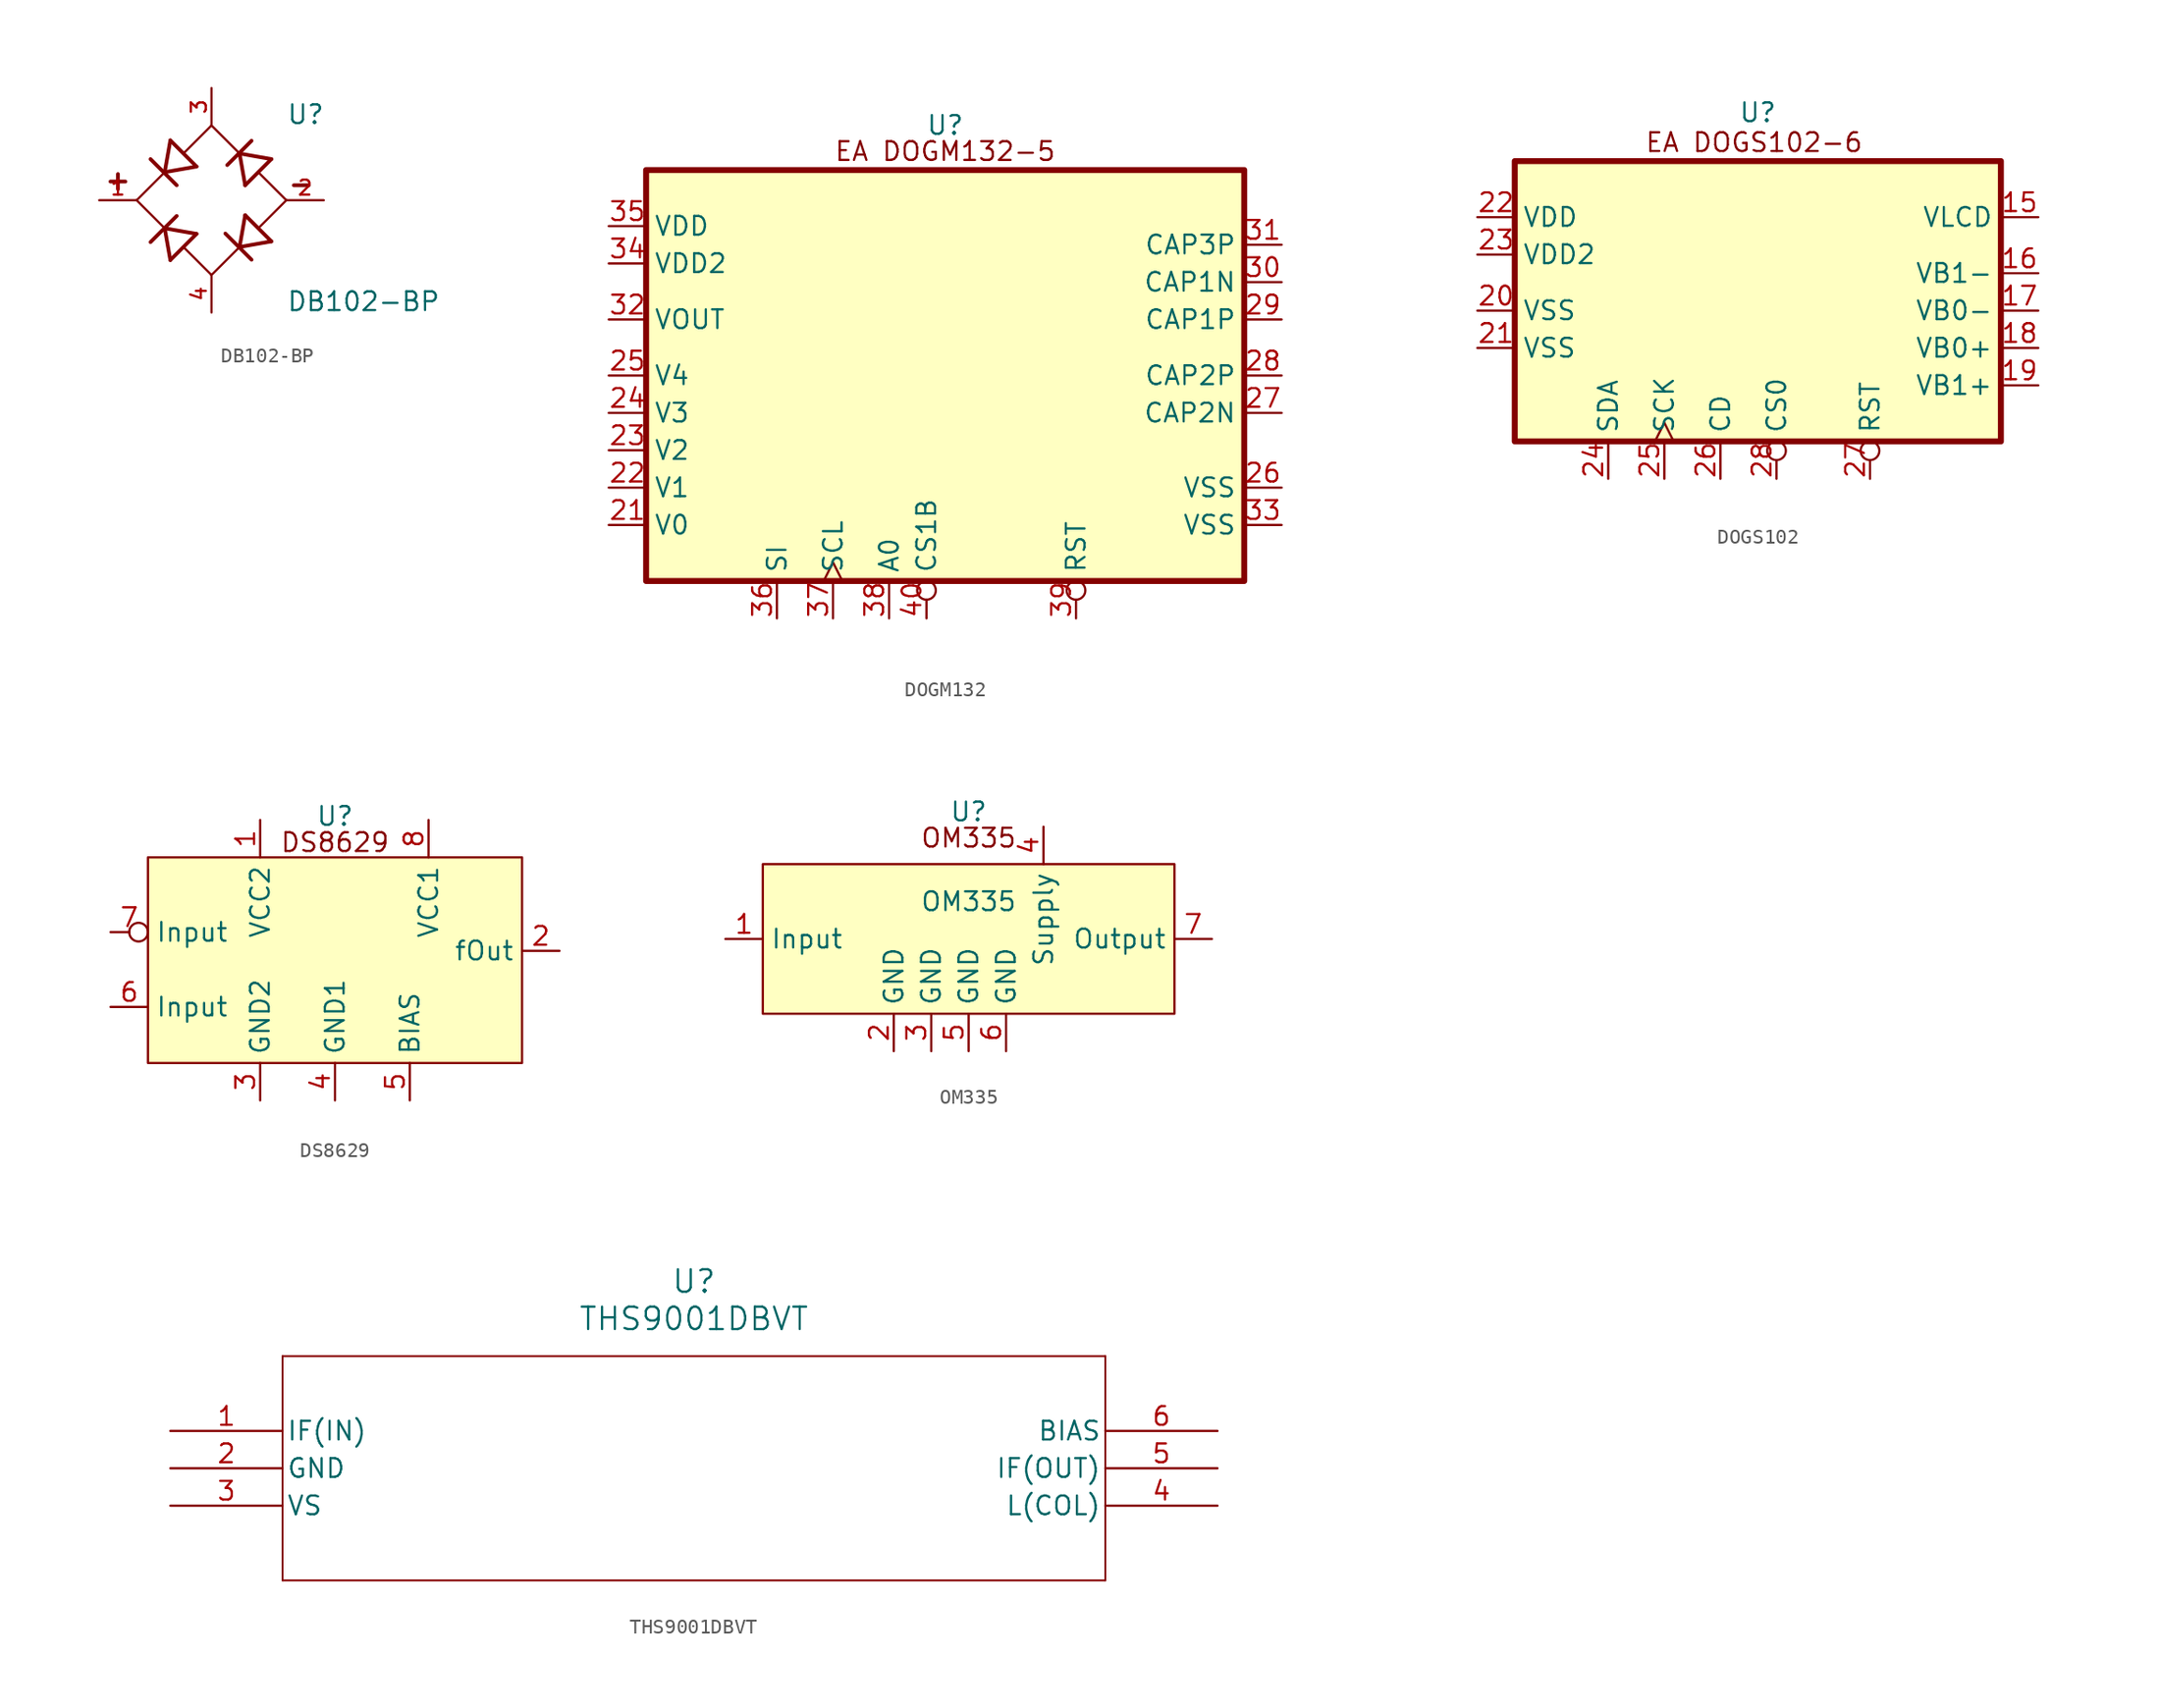
<source format=kicad_sym>
(kicad_symbol_lib
  (version 20231120)
  (generator "kicad_symbol_editor")
  (generator_version "8.0")
  (symbol "DB102-BP"
    (pin_names
      (offset 1.016))
    (property "Reference" "U"
      (at 5.08 5.08 0)
      (effects (font (size 1.27 1.27)) (justify left bottom)))
    (property "Value" "DB102-BP"
      (at 5.08 -7.62 0)
      (effects (font (size 1.27 1.27)) (justify left bottom)))
    (symbol "DB102-BP_0_0"
      (polyline (pts (xy -6.858 1.27) (xy -5.842 1.27)) (stroke (width 0.254) (type default)) (fill (type none)))
      (polyline (pts (xy -6.35 0.762) (xy -6.35 1.778)) (stroke (width 0.254) (type default)) (fill (type none)))
      (polyline (pts (xy -5.08 0) (xy -3.175 -1.905)) (stroke (width 0.152) (type default)) (fill (type none)))
      (polyline (pts (xy -3.175 -1.905) (xy -2.794 -4.064)) (stroke (width 0.254) (type default)) (fill (type none)))
      (polyline (pts (xy -3.175 -1.905) (xy -1.016 -2.286)) (stroke (width 0.254) (type default)) (fill (type none)))
      (polyline (pts (xy -3.175 1.905) (xy -5.08 0)) (stroke (width 0.152) (type default)) (fill (type none)))
      (polyline (pts (xy -3.175 1.905) (xy -2.794 4.064)) (stroke (width 0.254) (type default)) (fill (type none)))
      (polyline (pts (xy -3.175 1.905) (xy -1.016 2.286)) (stroke (width 0.254) (type default)) (fill (type none)))
      (polyline (pts (xy -2.362 -1.067) (xy -4.14 -2.845)) (stroke (width 0.254) (type default)) (fill (type none)))
      (polyline (pts (xy -2.362 1.016) (xy -4.14 2.794)) (stroke (width 0.254) (type default)) (fill (type none)))
      (polyline (pts (xy -1.016 -2.286) (xy -2.794 -4.064)) (stroke (width 0.254) (type default)) (fill (type none)))
      (polyline (pts (xy -1.016 2.286) (xy -2.794 4.064)) (stroke (width 0.254) (type default)) (fill (type none)))
      (polyline (pts (xy 0 -5.08) (xy -1.803 -3.277)) (stroke (width 0.152) (type default)) (fill (type none)))
      (polyline (pts (xy 0 -5.08) (xy 1.905 -3.175)) (stroke (width 0.152) (type default)) (fill (type none)))
      (polyline (pts (xy 0 5.08) (xy -1.803 3.277)) (stroke (width 0.152) (type default)) (fill (type none)))
      (polyline (pts (xy 1.905 -3.175) (xy 2.286 -1.016)) (stroke (width 0.254) (type default)) (fill (type none)))
      (polyline (pts (xy 1.905 -3.175) (xy 4.064 -2.794)) (stroke (width 0.254) (type default)) (fill (type none)))
      (polyline (pts (xy 1.905 3.175) (xy 0 5.08)) (stroke (width 0.152) (type default)) (fill (type none)))
      (polyline (pts (xy 1.905 3.175) (xy 2.286 1.016)) (stroke (width 0.254) (type default)) (fill (type none)))
      (polyline (pts (xy 1.905 3.175) (xy 4.064 2.794)) (stroke (width 0.254) (type default)) (fill (type none)))
      (polyline (pts (xy 2.718 -4.039) (xy 0.94 -2.261)) (stroke (width 0.254) (type default)) (fill (type none)))
      (polyline (pts (xy 2.718 4.039) (xy 1.067 2.388)) (stroke (width 0.254) (type default)) (fill (type none)))
      (polyline (pts (xy 3.277 -1.803) (xy 5.08 0)) (stroke (width 0.152) (type default)) (fill (type none)))
      (polyline (pts (xy 4.064 -2.794) (xy 2.286 -1.016)) (stroke (width 0.254) (type default)) (fill (type none)))
      (polyline (pts (xy 4.064 2.794) (xy 2.286 1.016)) (stroke (width 0.254) (type default)) (fill (type none)))
      (polyline (pts (xy 5.08 0) (xy 3.277 1.803)) (stroke (width 0.152) (type default)) (fill (type none)))
      (polyline (pts (xy 5.588 1.016) (xy 6.604 1.016)) (stroke (width 0.254) (type default)) (fill (type none)))
      (pin passive line (at -7.62 0 0) (length 2.54) (name "~" (effects (font (size 1.016 1.016)))) (number "1" (effects (font (size 1.016 1.016)))))
      (pin passive line (at 7.62 0 180) (length 2.54) (name "~" (effects (font (size 1.016 1.016)))) (number "2" (effects (font (size 1.016 1.016)))))
      (pin passive line (at 0 7.62 270) (length 2.54) (name "~" (effects (font (size 1.016 1.016)))) (number "3" (effects (font (size 1.016 1.016)))))
      (pin passive line (at 0 -7.62 90) (length 2.54) (name "~" (effects (font (size 1.016 1.016)))) (number "4" (effects (font (size 1.016 1.016)))))))
  (symbol "DOGM132"
    (property "Reference" "U"
      (at 0 17.018 0)
      (effects (font (size 1.27 1.27))))
    (property "Value" ""
      (at 0 0 0)
      (effects (font (size 1.27 1.27))))
    (symbol "DOGM132_0_0"
      (rectangle (start -20.32 13.97) (end 20.32 -13.97) (stroke (width 0.406) (type default)) (fill (type background))))
    (symbol "DOGM132_1_1"
      (text "EA DOGM132-5" (at 0 15.24 0) (effects (font (size 1.27 1.27))))
      (pin passive line (at -22.86 -10.16 0) (length 2.54) (name "V0" (effects (font (size 1.27 1.27)))) (number "21" (effects (font (size 1.27 1.27)))))
      (pin passive line (at -22.86 -7.62 0) (length 2.54) (name "V1" (effects (font (size 1.27 1.27)))) (number "22" (effects (font (size 1.27 1.27)))))
      (pin passive line (at -22.86 -5.08 0) (length 2.54) (name "V2" (effects (font (size 1.27 1.27)))) (number "23" (effects (font (size 1.27 1.27)))))
      (pin passive line (at -22.86 -2.54 0) (length 2.54) (name "V3" (effects (font (size 1.27 1.27)))) (number "24" (effects (font (size 1.27 1.27)))))
      (pin passive line (at -22.86 0 0) (length 2.54) (name "V4" (effects (font (size 1.27 1.27)))) (number "25" (effects (font (size 1.27 1.27)))))
      (pin power_in line (at 22.86 -7.62 180) (length 2.54) (name "VSS" (effects (font (size 1.27 1.27)))) (number "26" (effects (font (size 1.27 1.27)))))
      (pin passive line (at 22.86 -2.54 180) (length 2.54) (name "CAP2N" (effects (font (size 1.27 1.27)))) (number "27" (effects (font (size 1.27 1.27)))))
      (pin passive line (at 22.86 0 180) (length 2.54) (name "CAP2P" (effects (font (size 1.27 1.27)))) (number "28" (effects (font (size 1.27 1.27)))))
      (pin passive line (at 22.86 3.81 180) (length 2.54) (name "CAP1P" (effects (font (size 1.27 1.27)))) (number "29" (effects (font (size 1.27 1.27)))))
      (pin passive line (at 22.86 6.35 180) (length 2.54) (name "CAP1N" (effects (font (size 1.27 1.27)))) (number "30" (effects (font (size 1.27 1.27)))))
      (pin passive line (at 22.86 8.89 180) (length 2.54) (name "CAP3P" (effects (font (size 1.27 1.27)))) (number "31" (effects (font (size 1.27 1.27)))))
      (pin power_out line (at -22.86 3.81 0) (length 2.54) (name "VOUT" (effects (font (size 1.27 1.27)))) (number "32" (effects (font (size 1.27 1.27)))))
      (pin power_in line (at 22.86 -10.16 180) (length 2.54) (name "VSS" (effects (font (size 1.27 1.27)))) (number "33" (effects (font (size 1.27 1.27)))))
      (pin power_in line (at -22.86 7.62 0) (length 2.54) (name "VDD2" (effects (font (size 1.27 1.27)))) (number "34" (effects (font (size 1.27 1.27)))))
      (pin power_in line (at -22.86 10.16 0) (length 2.54) (name "VDD" (effects (font (size 1.27 1.27)))) (number "35" (effects (font (size 1.27 1.27)))))
      (pin input line (at -11.43 -16.51 90) (length 2.54) (name "SI" (effects (font (size 1.27 1.27)))) (number "36" (effects (font (size 1.27 1.27)))))
      (pin input clock (at -7.62 -16.51 90) (length 2.54) (name "SCL" (effects (font (size 1.27 1.27)))) (number "37" (effects (font (size 1.27 1.27)))))
      (pin input line (at -3.81 -16.51 90) (length 2.54) (name "A0" (effects (font (size 1.27 1.27)))) (number "38" (effects (font (size 1.27 1.27)))))
      (pin input inverted (at 8.89 -16.51 90) (length 2.54) (name "RST" (effects (font (size 1.27 1.27)))) (number "39" (effects (font (size 1.27 1.27)))))
      (pin input inverted (at -1.27 -16.51 90) (length 2.54) (name "CS1B" (effects (font (size 1.27 1.27)))) (number "40" (effects (font (size 1.27 1.27)))))))
  (symbol "DOGS102"
    (property "Reference" "U"
      (at 0 13.462 0)
      (effects (font (size 1.27 1.27))))
    (property "Value" ""
      (at 0 0 0)
      (effects (font (size 1.27 1.27))))
    (symbol "DOGS102_0_0"
      (rectangle (start -16.51 10.16) (end 16.51 -8.89) (stroke (width 0.406) (type default)) (fill (type background))))
    (symbol "DOGS102_1_1"
      (text "EA DOGS102-6" (at -0.254 11.43 0) (effects (font (size 1.27 1.27))))
      (pin passive line (at 19.05 6.35 180) (length 2.54) (name "VLCD" (effects (font (size 1.27 1.27)))) (number "15" (effects (font (size 1.27 1.27)))))
      (pin passive line (at 19.05 2.54 180) (length 2.54) (name "VB1-" (effects (font (size 1.27 1.27)))) (number "16" (effects (font (size 1.27 1.27)))))
      (pin passive line (at 19.05 0 180) (length 2.54) (name "VB0-" (effects (font (size 1.27 1.27)))) (number "17" (effects (font (size 1.27 1.27)))))
      (pin passive line (at 19.05 -2.54 180) (length 2.54) (name "VB0+" (effects (font (size 1.27 1.27)))) (number "18" (effects (font (size 1.27 1.27)))))
      (pin passive line (at 19.05 -5.08 180) (length 2.54) (name "VB1+" (effects (font (size 1.27 1.27)))) (number "19" (effects (font (size 1.27 1.27)))))
      (pin power_in line (at -19.05 0 0) (length 2.54) (name "VSS" (effects (font (size 1.27 1.27)))) (number "20" (effects (font (size 1.27 1.27)))))
      (pin power_in line (at -19.05 -2.54 0) (length 2.54) (name "VSS" (effects (font (size 1.27 1.27)))) (number "21" (effects (font (size 1.27 1.27)))))
      (pin power_in line (at -19.05 6.35 0) (length 2.54) (name "VDD" (effects (font (size 1.27 1.27)))) (number "22" (effects (font (size 1.27 1.27)))))
      (pin power_in line (at -19.05 3.81 0) (length 2.54) (name "VDD2" (effects (font (size 1.27 1.27)))) (number "23" (effects (font (size 1.27 1.27)))))
      (pin input line (at -10.16 -11.43 90) (length 2.54) (name "SDA" (effects (font (size 1.27 1.27)))) (number "24" (effects (font (size 1.27 1.27)))))
      (pin input clock (at -6.35 -11.43 90) (length 2.54) (name "SCK" (effects (font (size 1.27 1.27)))) (number "25" (effects (font (size 1.27 1.27)))))
      (pin input line (at -2.54 -11.43 90) (length 2.54) (name "CD" (effects (font (size 1.27 1.27)))) (number "26" (effects (font (size 1.27 1.27)))))
      (pin input inverted (at 7.62 -11.43 90) (length 2.54) (name "RST" (effects (font (size 1.27 1.27)))) (number "27" (effects (font (size 1.27 1.27)))))
      (pin input inverted (at 1.27 -11.43 90) (length 2.54) (name "CS0" (effects (font (size 1.27 1.27)))) (number "28" (effects (font (size 1.27 1.27)))))))
  (symbol "DS8629"
    (property "Reference" "U"
      (at 0 2.794 0)
      (effects (font (size 1.27 1.27))))
    (property "Value" ""
      (at 0 2.794 0)
      (effects (font (size 1.27 1.27))))
    (symbol "DS8629_1_1"
      (rectangle (start -12.7 0) (end 12.7 -13.97) (stroke (width 0) (type default)) (fill (type background)))
      (text "DS8629" (at 0 1.016 0) (effects (font (size 1.27 1.27))))
      (pin power_in line (at -5.08 2.54 270) (length 2.54) (name "VCC2" (effects (font (size 1.27 1.27)))) (number "1" (effects (font (size 1.27 1.27)))))
      (pin output line (at 15.24 -6.35 180) (length 2.54) (name "fOut" (effects (font (size 1.27 1.27)))) (number "2" (effects (font (size 1.27 1.27)))))
      (pin power_in line (at -5.08 -16.51 90) (length 2.54) (name "GND2" (effects (font (size 1.27 1.27)))) (number "3" (effects (font (size 1.27 1.27)))))
      (pin power_in line (at 0 -16.51 90) (length 2.54) (name "GND1" (effects (font (size 1.27 1.27)))) (number "4" (effects (font (size 1.27 1.27)))))
      (pin input line (at 5.08 -16.51 90) (length 2.54) (name "BIAS" (effects (font (size 1.27 1.27)))) (number "5" (effects (font (size 1.27 1.27)))))
      (pin input line (at -15.24 -10.16 0) (length 2.54) (name "Input" (effects (font (size 1.27 1.27)))) (number "6" (effects (font (size 1.27 1.27)))))
      (pin input inverted (at -15.24 -5.08 0) (length 2.54) (name "Input" (effects (font (size 1.27 1.27)))) (number "7" (effects (font (size 1.27 1.27)))))
      (pin power_in line (at 6.35 2.54 270) (length 2.54) (name "VCC1" (effects (font (size 1.27 1.27)))) (number "8" (effects (font (size 1.27 1.27)))))))
  (symbol "OM335"
    (property "Reference" "U"
      (at 0 8.636 0)
      (effects (font (size 1.27 1.27))))
    (property "Value" "OM335"
      (at 0 2.54 0)
      (effects (font (size 1.27 1.27))))
    (symbol "OM335_1_1"
      (rectangle (start -13.97 5.08) (end 13.97 -5.08) (stroke (width 0) (type default)) (fill (type background)))
      (text "OM335" (at 0 6.858 0) (effects (font (size 1.27 1.27))))
      (pin input line (at -16.51 0 0) (length 2.54) (name "Input" (effects (font (size 1.27 1.27)))) (number "1" (effects (font (size 1.27 1.27)))))
      (pin power_in line (at -5.08 -7.62 90) (length 2.54) (name "GND" (effects (font (size 1.27 1.27)))) (number "2" (effects (font (size 1.27 1.27)))))
      (pin power_in line (at -2.54 -7.62 90) (length 2.54) (name "GND" (effects (font (size 1.27 1.27)))) (number "3" (effects (font (size 1.27 1.27)))))
      (pin power_in line (at 5.08 7.62 270) (length 2.54) (name "Supply" (effects (font (size 1.27 1.27)))) (number "4" (effects (font (size 1.27 1.27)))))
      (pin power_in line (at 0 -7.62 90) (length 2.54) (name "GND" (effects (font (size 1.27 1.27)))) (number "5" (effects (font (size 1.27 1.27)))))
      (pin power_in line (at 2.54 -7.62 90) (length 2.54) (name "GND" (effects (font (size 1.27 1.27)))) (number "6" (effects (font (size 1.27 1.27)))))
      (pin output line (at 16.51 0 180) (length 2.54) (name "Output" (effects (font (size 1.27 1.27)))) (number "7" (effects (font (size 1.27 1.27)))))))
  (symbol "THS9001DBVT"
    (pin_names
      (offset 0.254))
    (property "Reference" "U"
      (at 35.56 10.16 0)
      (effects (font (size 1.524 1.524))))
    (property "Value" "THS9001DBVT"
      (at 35.56 7.62 0)
      (effects (font (size 1.524 1.524))))
    (symbol "THS9001DBVT_0_1"
      (polyline (pts (xy 7.62 -10.16) (xy 63.5 -10.16)) (stroke (width 0.127) (type default)) (fill (type none)))
      (polyline (pts (xy 7.62 5.08) (xy 7.62 -10.16)) (stroke (width 0.127) (type default)) (fill (type none)))
      (polyline (pts (xy 63.5 -10.16) (xy 63.5 5.08)) (stroke (width 0.127) (type default)) (fill (type none)))
      (polyline (pts (xy 63.5 5.08) (xy 7.62 5.08)) (stroke (width 0.127) (type default)) (fill (type none)))
      (pin input line (at 0 0 0) (length 7.62) (name "IF(IN)" (effects (font (size 1.27 1.27)))) (number "1" (effects (font (size 1.27 1.27)))))
      (pin power_in line (at 0 -2.54 0) (length 7.62) (name "GND" (effects (font (size 1.27 1.27)))) (number "2" (effects (font (size 1.27 1.27)))))
      (pin power_in line (at 0 -5.08 0) (length 7.62) (name "VS" (effects (font (size 1.27 1.27)))) (number "3" (effects (font (size 1.27 1.27)))))
      (pin output line (at 71.12 -5.08 180) (length 7.62) (name "L(COL)" (effects (font (size 1.27 1.27)))) (number "4" (effects (font (size 1.27 1.27)))))
      (pin output line (at 71.12 -2.54 180) (length 7.62) (name "IF(OUT)" (effects (font (size 1.27 1.27)))) (number "5" (effects (font (size 1.27 1.27)))))
      (pin input line (at 71.12 0 180) (length 7.62) (name "BIAS" (effects (font (size 1.27 1.27)))) (number "6" (effects (font (size 1.27 1.27))))))))
</source>
